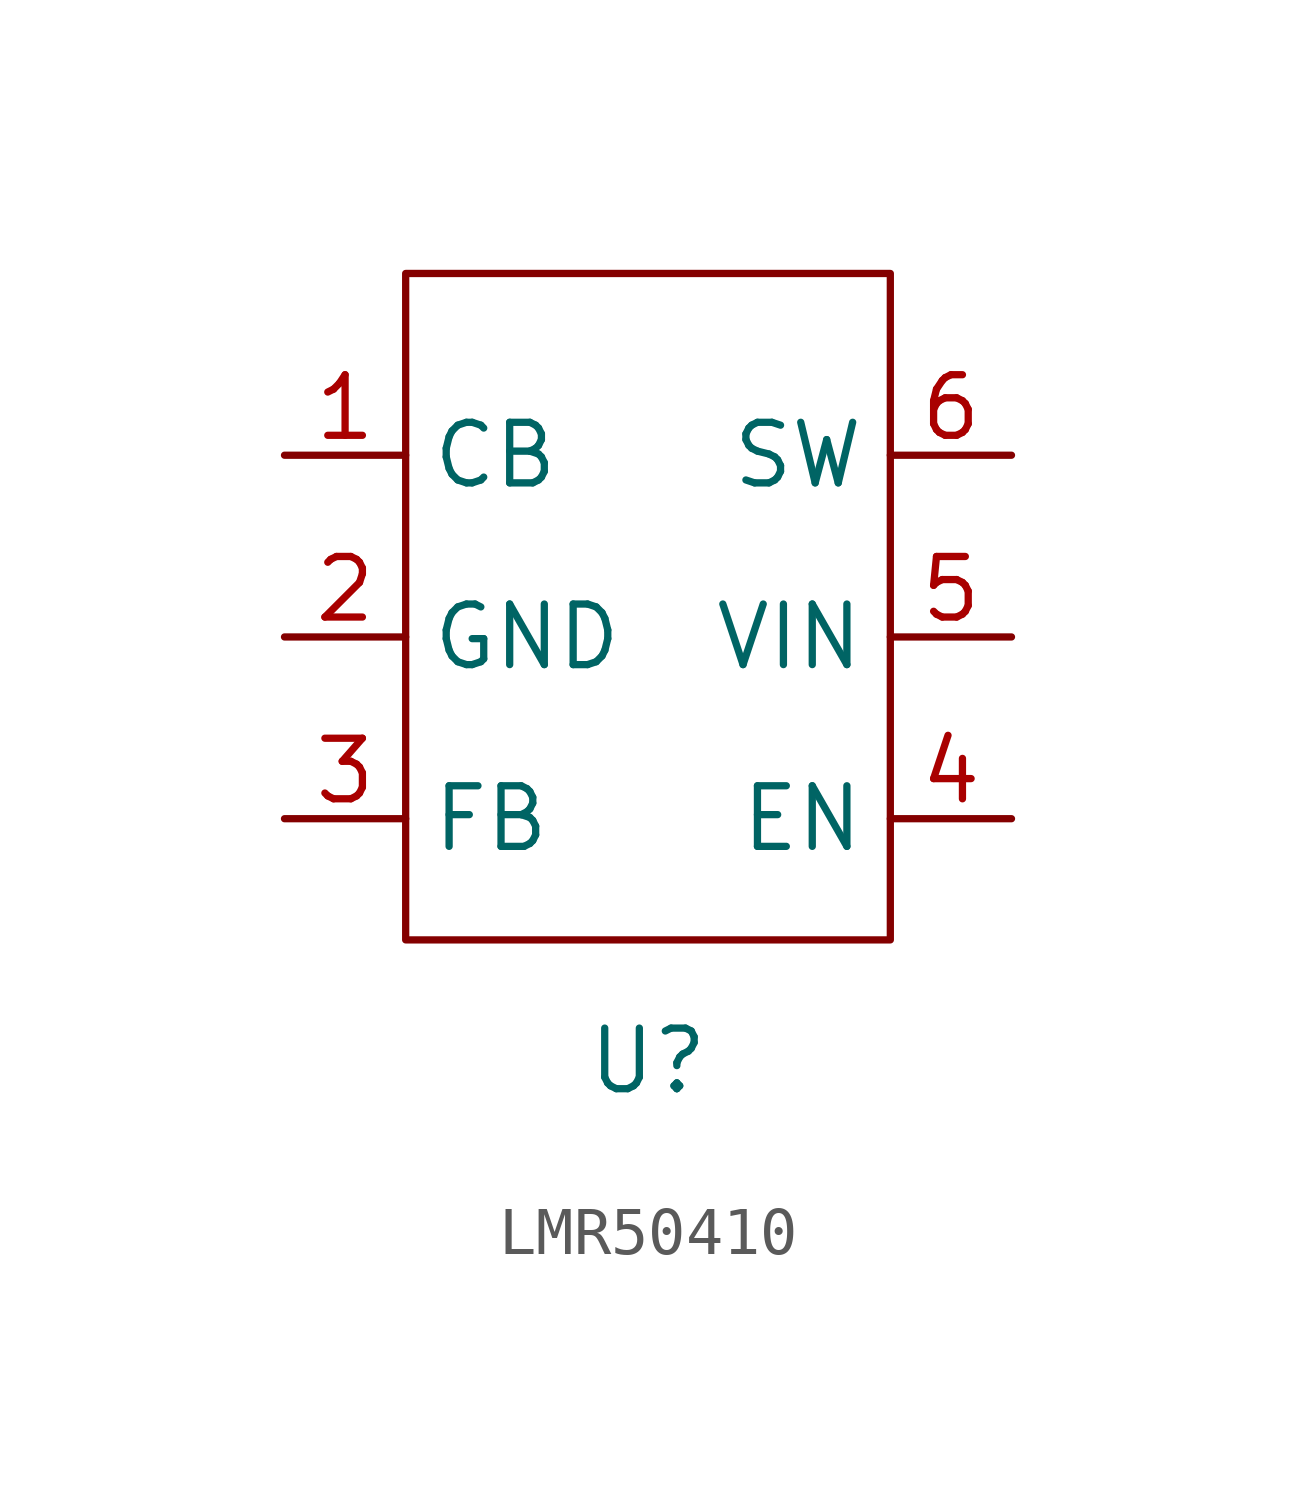
<source format=kicad_sym>
(kicad_symbol_lib
  (version 20220914)
  (generator kicad_symbol_editor)
  (symbol "LMR50410"
    (property "Reference" "U"
      (at 0 0 0)
      (effects (font (size 1.27 1.27))))
    (property "Value" ""
      (at 0 0 0)
      (effects (font (size 1.27 1.27))))
    (symbol "LMR50410_0_1"
      (rectangle (start -5.08 16.51) (end 5.08 2.54) (stroke (width 0) (type default)) (fill (type none))))
    (symbol "LMR50410_1_1"
      (pin input line (at -7.62 12.7 0) (length 2.54) (name "CB" (effects (font (size 1.27 1.27)))) (number "1" (effects (font (size 1.27 1.27)))))
      (pin input line (at -7.62 8.89 0) (length 2.54) (name "GND" (effects (font (size 1.27 1.27)))) (number "2" (effects (font (size 1.27 1.27)))))
      (pin input line (at -7.62 5.08 0) (length 2.54) (name "FB" (effects (font (size 1.27 1.27)))) (number "3" (effects (font (size 1.27 1.27)))))
      (pin input line (at 7.62 5.08 180) (length 2.54) (name "EN" (effects (font (size 1.27 1.27)))) (number "4" (effects (font (size 1.27 1.27)))))
      (pin input line (at 7.62 8.89 180) (length 2.54) (name "VIN" (effects (font (size 1.27 1.27)))) (number "5" (effects (font (size 1.27 1.27)))))
      (pin input line (at 7.62 12.7 180) (length 2.54) (name "SW" (effects (font (size 1.27 1.27)))) (number "6" (effects (font (size 1.27 1.27))))))))
</source>
